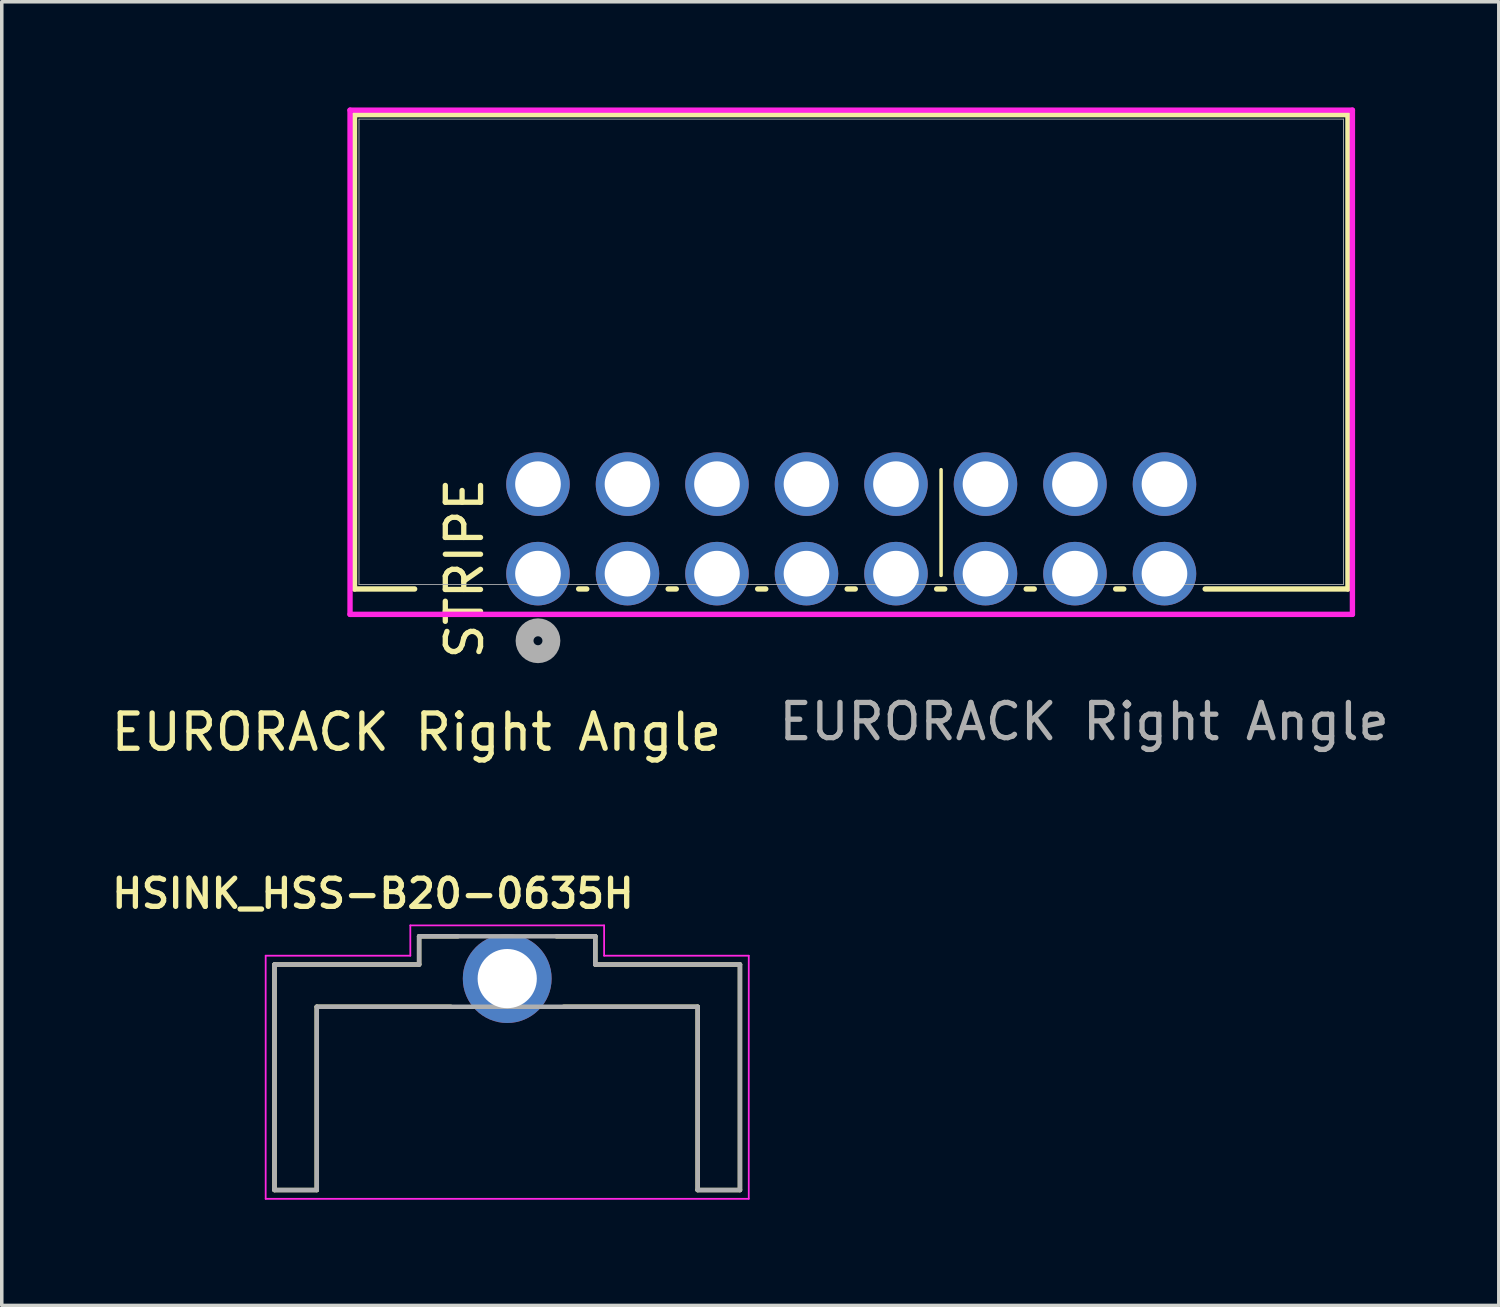
<source format=kicad_pcb>
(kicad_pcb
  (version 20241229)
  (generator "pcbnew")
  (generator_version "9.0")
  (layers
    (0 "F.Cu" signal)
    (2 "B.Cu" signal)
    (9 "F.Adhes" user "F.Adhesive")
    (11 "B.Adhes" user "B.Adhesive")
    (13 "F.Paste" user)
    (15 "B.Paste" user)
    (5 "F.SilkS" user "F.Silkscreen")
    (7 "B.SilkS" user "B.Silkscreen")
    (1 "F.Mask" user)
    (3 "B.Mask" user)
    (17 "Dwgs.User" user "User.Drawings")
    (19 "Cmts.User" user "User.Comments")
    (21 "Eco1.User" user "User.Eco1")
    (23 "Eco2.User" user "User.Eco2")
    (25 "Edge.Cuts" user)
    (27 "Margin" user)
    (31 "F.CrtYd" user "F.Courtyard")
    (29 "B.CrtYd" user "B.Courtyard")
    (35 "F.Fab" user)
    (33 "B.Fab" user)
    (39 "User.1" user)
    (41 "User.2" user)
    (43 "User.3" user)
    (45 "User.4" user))
  (footprint "EURORACK Right Angle"
    (layer "F.Cu")
    (at 12.218 13.23)
    (property "Reference" "EURORACK Right Angle" (at -3.45 4.5 0) (unlocked yes) (layer "F.SilkS") (effects (font (size 1 1) (thickness 0.15))))
    (attr through_hole)
    (fp_line (start -5.207 -13.027) (end -5.207 0.435) (stroke (width 0.152) (type solid)) (layer "F.SilkS"))
    (fp_line (start -5.207 0.435) (end -3.5 0.435) (stroke (width 0.152) (type solid)) (layer "F.SilkS"))
    (fp_line (start 1.155 0.435) (end 1.385 0.435) (stroke (width 0.152) (type solid)) (layer "F.SilkS"))
    (fp_line (start 3.695 0.435) (end 3.925 0.435) (stroke (width 0.152) (type solid)) (layer "F.SilkS"))
    (fp_line (start 6.235 0.435) (end 6.465 0.435) (stroke (width 0.152) (type solid)) (layer "F.SilkS"))
    (fp_line (start 8.775 0.435) (end 9.005 0.435) (stroke (width 0.152) (type solid)) (layer "F.SilkS"))
    (fp_line (start 11.315 0.435) (end 11.545 0.435) (stroke (width 0.152) (type solid)) (layer "F.SilkS"))
    (fp_line (start 11.44 0.05) (end 11.44 -2.95) (stroke (width 0.1) (type default)) (layer "F.SilkS"))
    (fp_line (start 13.855 0.435) (end 14.085 0.435) (stroke (width 0.152) (type solid)) (layer "F.SilkS"))
    (fp_line (start 16.395 0.435) (end 16.625 0.435) (stroke (width 0.152) (type solid)) (layer "F.SilkS"))
    (fp_line (start 18.935 0.435) (end 22.987 0.435) (stroke (width 0.152) (type solid)) (layer "F.SilkS"))
    (fp_line (start 22.987 -13.027) (end -5.207 -13.027) (stroke (width 0.152) (type solid)) (layer "F.SilkS"))
    (fp_line (start 22.987 0.435) (end 22.987 -13.027) (stroke (width 0.152) (type solid)) (layer "F.SilkS"))
    (fp_line (start -5.334 -13.154) (end -5.334 1.156) (stroke (width 0.152) (type solid)) (layer "F.CrtYd"))
    (fp_line (start -5.334 1.156) (end 23.114 1.156) (stroke (width 0.152) (type solid)) (layer "F.CrtYd"))
    (fp_line (start 23.114 -13.154) (end -5.334 -13.154) (stroke (width 0.152) (type solid)) (layer "F.CrtYd"))
    (fp_line (start 23.114 1.156) (end 23.114 -13.154) (stroke (width 0.152) (type solid)) (layer "F.CrtYd"))
    (fp_line (start -5.08 -12.9) (end -5.08 0.308) (stroke (width 0.025) (type solid)) (layer "F.Fab"))
    (fp_line (start -5.08 0.308) (end 22.86 0.308) (stroke (width 0.025) (type solid)) (layer "F.Fab"))
    (fp_line (start 22.86 -12.9) (end -5.08 -12.9) (stroke (width 0.025) (type solid)) (layer "F.Fab"))
    (fp_line (start 22.86 0.308) (end 22.86 -12.9) (stroke (width 0.025) (type solid)) (layer "F.Fab"))
    (fp_circle (center 0 1.905) (end 0.381 1.905) (stroke (width 0.508) (type solid)) (fill no) (layer "F.Fab"))
    (fp_text user "STRIPE" (at -1.5 2.5 90) (unlocked yes) (layer "F.SilkS") (effects (font (size 1 1) (thickness 0.15)) (justify left bottom)))
    (fp_text user "${REFERENCE}" (at 15.5 4.2 0) (unlocked yes) (layer "F.Fab") (effects (font (size 1 1) (thickness 0.15))))
    (pad "1" thru_hole circle (at 0 0) (size 1.803 1.803) (drill 1.295) (layers "*.Cu" "*.Mask"))
    (pad "2" thru_hole circle (at 0 -2.54) (size 1.803 1.803) (drill 1.295) (layers "*.Cu" "*.Mask"))
    (pad "3" thru_hole circle (at 2.54 0) (size 1.803 1.803) (drill 1.295) (layers "*.Cu" "*.Mask"))
    (pad "4" thru_hole circle (at 2.54 -2.54) (size 1.803 1.803) (drill 1.295) (layers "*.Cu" "*.Mask"))
    (pad "5" thru_hole circle (at 5.08 0) (size 1.803 1.803) (drill 1.295) (layers "*.Cu" "*.Mask"))
    (pad "6" thru_hole circle (at 5.08 -2.54) (size 1.803 1.803) (drill 1.295) (layers "*.Cu" "*.Mask"))
    (pad "7" thru_hole circle (at 7.62 0) (size 1.803 1.803) (drill 1.295) (layers "*.Cu" "*.Mask"))
    (pad "8" thru_hole circle (at 7.62 -2.54) (size 1.803 1.803) (drill 1.295) (layers "*.Cu" "*.Mask"))
    (pad "9" thru_hole circle (at 10.16 0) (size 1.803 1.803) (drill 1.295) (layers "*.Cu" "*.Mask"))
    (pad "10" thru_hole circle (at 10.16 -2.54) (size 1.803 1.803) (drill 1.295) (layers "*.Cu" "*.Mask"))
    (pad "11" thru_hole circle (at 12.7 0) (size 1.803 1.803) (drill 1.295) (layers "*.Cu" "*.Mask"))
    (pad "12" thru_hole circle (at 12.7 -2.54) (size 1.803 1.803) (drill 1.295) (layers "*.Cu" "*.Mask"))
    (pad "13" thru_hole circle (at 15.24 0) (size 1.803 1.803) (drill 1.295) (layers "*.Cu" "*.Mask"))
    (pad "14" thru_hole circle (at 15.24 -2.54) (size 1.803 1.803) (drill 1.295) (layers "*.Cu" "*.Mask"))
    (pad "15" thru_hole circle (at 17.78 0) (size 1.803 1.803) (drill 1.295) (layers "*.Cu" "*.Mask"))
    (pad "16" thru_hole circle (at 17.78 -2.54) (size 1.803 1.803) (drill 1.295) (layers "*.Cu" "*.Mask")))
  (footprint "HSINK_HSS-B20-0635H"
    (layer "F.Cu")
    (at 11.345 24.723)
    (property "Reference" "HSINK_HSS-B20-0635H" (at -3.81 -2.413 0) (layer "F.SilkS") (effects (font (size 0.8 0.8) (thickness 0.15))))
    (attr through_hole)
    (fp_line (start -6.605 -0.4) (end -6.605 6) (stroke (width 0.127) (type solid)) (layer "F.SilkS"))
    (fp_line (start -5.405 0.8) (end -5.405 6) (stroke (width 0.127) (type solid)) (layer "F.SilkS"))
    (fp_line (start -5.405 0.8) (end -1.6 0.8) (stroke (width 0.127) (type solid)) (layer "F.SilkS"))
    (fp_line (start -5.405 6) (end -6.605 6) (stroke (width 0.127) (type solid)) (layer "F.SilkS"))
    (fp_line (start -2.5 -1.2) (end -2.5 -0.4) (stroke (width 0.127) (type solid)) (layer "F.SilkS"))
    (fp_line (start -2.5 -0.4) (end -6.605 -0.4) (stroke (width 0.127) (type solid)) (layer "F.SilkS"))
    (fp_line (start -1.4 -1.2) (end -2.5 -1.2) (stroke (width 0.127) (type solid)) (layer "F.SilkS"))
    (fp_line (start 1.4 -1.2) (end 2.5 -1.2) (stroke (width 0.127) (type solid)) (layer "F.SilkS"))
    (fp_line (start 2.5 -1.2) (end 2.5 -0.4) (stroke (width 0.127) (type solid)) (layer "F.SilkS"))
    (fp_line (start 2.5 -0.4) (end 6.605 -0.4) (stroke (width 0.127) (type solid)) (layer "F.SilkS"))
    (fp_line (start 5.405 0.8) (end 1.6 0.8) (stroke (width 0.127) (type solid)) (layer "F.SilkS"))
    (fp_line (start 5.405 0.8) (end 5.405 6) (stroke (width 0.127) (type solid)) (layer "F.SilkS"))
    (fp_line (start 5.405 6) (end 6.605 6) (stroke (width 0.127) (type solid)) (layer "F.SilkS"))
    (fp_line (start 6.605 -0.4) (end 6.605 6) (stroke (width 0.127) (type solid)) (layer "F.SilkS"))
    (fp_line (start -6.855 -0.65) (end -6.855 6.25) (stroke (width 0.05) (type solid)) (layer "F.CrtYd"))
    (fp_line (start -6.855 6.25) (end 6.855 6.25) (stroke (width 0.05) (type solid)) (layer "F.CrtYd"))
    (fp_line (start -2.75 -1.51) (end -2.75 -0.65) (stroke (width 0.05) (type solid)) (layer "F.CrtYd"))
    (fp_line (start -2.75 -1.51) (end 2.75 -1.51) (stroke (width 0.05) (type solid)) (layer "F.CrtYd"))
    (fp_line (start -2.75 -0.65) (end -6.855 -0.65) (stroke (width 0.05) (type solid)) (layer "F.CrtYd"))
    (fp_line (start 2.75 -1.51) (end 2.75 -0.65) (stroke (width 0.05) (type solid)) (layer "F.CrtYd"))
    (fp_line (start 2.75 -0.65) (end 6.855 -0.65) (stroke (width 0.05) (type solid)) (layer "F.CrtYd"))
    (fp_line (start 6.855 -0.65) (end 6.855 6.25) (stroke (width 0.05) (type solid)) (layer "F.CrtYd"))
    (fp_line (start -6.605 -0.4) (end -6.605 6) (stroke (width 0.127) (type solid)) (layer "F.Fab"))
    (fp_line (start -5.405 0.8) (end -5.405 6) (stroke (width 0.127) (type solid)) (layer "F.Fab"))
    (fp_line (start -5.405 0.8) (end 5.405 0.8) (stroke (width 0.127) (type solid)) (layer "F.Fab"))
    (fp_line (start -5.405 6) (end -6.605 6) (stroke (width 0.127) (type solid)) (layer "F.Fab"))
    (fp_line (start -2.5 -1.2) (end -2.5 -0.4) (stroke (width 0.127) (type solid)) (layer "F.Fab"))
    (fp_line (start -2.5 -1.2) (end 2.5 -1.2) (stroke (width 0.127) (type solid)) (layer "F.Fab"))
    (fp_line (start -2.5 -0.4) (end -6.605 -0.4) (stroke (width 0.127) (type solid)) (layer "F.Fab"))
    (fp_line (start 2.5 -1.2) (end 2.5 -0.4) (stroke (width 0.127) (type solid)) (layer "F.Fab"))
    (fp_line (start 2.5 -0.4) (end 6.605 -0.4) (stroke (width 0.127) (type solid)) (layer "F.Fab"))
    (fp_line (start 5.405 0.8) (end 5.405 6) (stroke (width 0.127) (type solid)) (layer "F.Fab"))
    (fp_line (start 5.405 6) (end 6.605 6) (stroke (width 0.127) (type solid)) (layer "F.Fab"))
    (fp_line (start 6.605 -0.4) (end 6.605 6) (stroke (width 0.127) (type solid)) (layer "F.Fab"))
    (pad "1" thru_hole circle (at 0 0) (size 2.52 2.52) (drill 1.68) (layers "*.Cu" "*.Mask")))
  (gr_rect
    (start -3 -3)
    (end 39.486 33.998)
    (stroke (width 0.1) (type default))
    (fill no)
    (layer "Edge.Cuts")))
</source>
